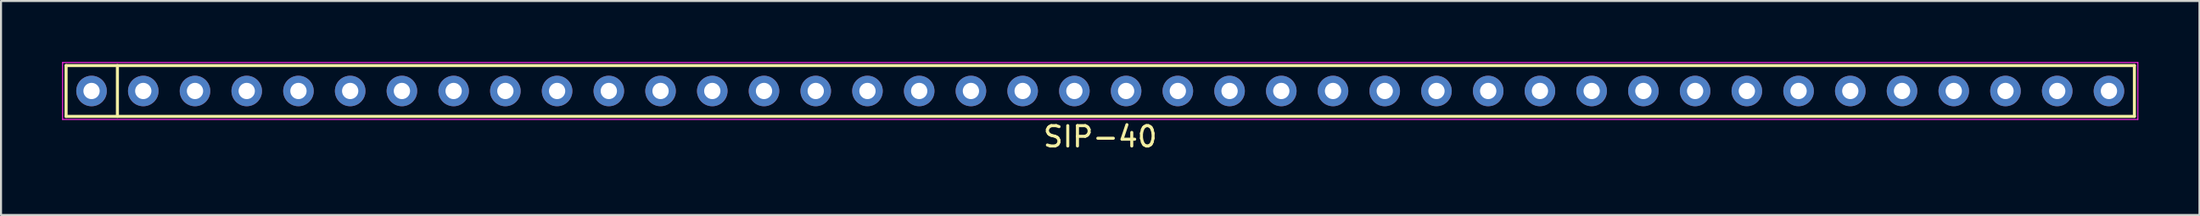
<source format=kicad_pcb>
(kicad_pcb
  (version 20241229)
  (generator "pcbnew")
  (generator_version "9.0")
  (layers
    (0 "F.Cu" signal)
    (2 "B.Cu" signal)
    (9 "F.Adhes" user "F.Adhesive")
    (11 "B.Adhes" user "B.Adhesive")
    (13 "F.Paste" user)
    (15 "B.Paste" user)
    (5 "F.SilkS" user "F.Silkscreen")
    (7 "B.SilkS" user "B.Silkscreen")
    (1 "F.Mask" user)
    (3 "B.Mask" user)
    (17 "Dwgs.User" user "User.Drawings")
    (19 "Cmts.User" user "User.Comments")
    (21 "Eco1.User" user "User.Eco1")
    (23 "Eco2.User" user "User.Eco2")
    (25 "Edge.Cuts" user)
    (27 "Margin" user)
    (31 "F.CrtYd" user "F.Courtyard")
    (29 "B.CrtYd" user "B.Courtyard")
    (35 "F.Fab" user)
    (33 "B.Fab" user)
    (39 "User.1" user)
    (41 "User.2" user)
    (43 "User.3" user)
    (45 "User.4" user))
  (footprint "SIP-40"
    (layer "F.Cu")
    (at 50.975 1.425)
    (property "Reference" "SIP-40" (at 0 2.25 0) (layer "F.SilkS") (effects (font (size 1 1) (thickness 0.15))))
    (attr through_hole)
    (fp_line (start -50.78 -1.25) (end 50.78 -1.25) (stroke (width 0.15) (type solid)) (layer "F.SilkS"))
    (fp_line (start -50.78 1.25) (end -50.78 -1.25) (stroke (width 0.15) (type solid)) (layer "F.SilkS"))
    (fp_line (start -48.26 -1.25) (end -48.26 1.25) (stroke (width 0.15) (type solid)) (layer "F.SilkS"))
    (fp_line (start 50.78 -1.25) (end 50.78 1.25) (stroke (width 0.15) (type solid)) (layer "F.SilkS"))
    (fp_line (start 50.78 1.25) (end -50.78 1.25) (stroke (width 0.15) (type solid)) (layer "F.SilkS"))
    (fp_line (start -50.95 -1.4) (end 50.95 -1.4) (stroke (width 0.05) (type solid)) (layer "F.CrtYd"))
    (fp_line (start -50.95 1.4) (end -50.95 -1.4) (stroke (width 0.05) (type solid)) (layer "F.CrtYd"))
    (fp_line (start 50.95 -1.4) (end 50.95 1.4) (stroke (width 0.05) (type solid)) (layer "F.CrtYd"))
    (fp_line (start 50.95 1.4) (end -50.95 1.4) (stroke (width 0.05) (type solid)) (layer "F.CrtYd"))
    (pad "1" thru_hole circle (at -49.53 0) (size 1.5 1.5) (drill 0.8) (layers "*.Cu" "*.Mask"))
    (pad "2" thru_hole circle (at -46.99 0) (size 1.5 1.5) (drill 0.8) (layers "*.Cu" "*.Mask"))
    (pad "3" thru_hole circle (at -44.45 0) (size 1.5 1.5) (drill 0.8) (layers "*.Cu" "*.Mask"))
    (pad "4" thru_hole circle (at -41.91 0) (size 1.5 1.5) (drill 0.8) (layers "*.Cu" "*.Mask"))
    (pad "5" thru_hole circle (at -39.37 0) (size 1.5 1.5) (drill 0.8) (layers "*.Cu" "*.Mask"))
    (pad "6" thru_hole circle (at -36.83 0) (size 1.5 1.5) (drill 0.8) (layers "*.Cu" "*.Mask"))
    (pad "7" thru_hole circle (at -34.29 0) (size 1.5 1.5) (drill 0.8) (layers "*.Cu" "*.Mask"))
    (pad "8" thru_hole circle (at -31.75 0) (size 1.5 1.5) (drill 0.8) (layers "*.Cu" "*.Mask"))
    (pad "9" thru_hole circle (at -29.21 0) (size 1.5 1.5) (drill 0.8) (layers "*.Cu" "*.Mask"))
    (pad "10" thru_hole circle (at -26.67 0) (size 1.5 1.5) (drill 0.8) (layers "*.Cu" "*.Mask"))
    (pad "11" thru_hole circle (at -24.13 0) (size 1.5 1.5) (drill 0.8) (layers "*.Cu" "*.Mask"))
    (pad "12" thru_hole circle (at -21.59 0) (size 1.5 1.5) (drill 0.8) (layers "*.Cu" "*.Mask"))
    (pad "13" thru_hole circle (at -19.05 0) (size 1.5 1.5) (drill 0.8) (layers "*.Cu" "*.Mask"))
    (pad "14" thru_hole circle (at -16.51 0) (size 1.5 1.5) (drill 0.8) (layers "*.Cu" "*.Mask"))
    (pad "15" thru_hole circle (at -13.97 0) (size 1.5 1.5) (drill 0.8) (layers "*.Cu" "*.Mask"))
    (pad "16" thru_hole circle (at -11.43 0) (size 1.5 1.5) (drill 0.8) (layers "*.Cu" "*.Mask"))
    (pad "17" thru_hole circle (at -8.89 0) (size 1.5 1.5) (drill 0.8) (layers "*.Cu" "*.Mask"))
    (pad "18" thru_hole circle (at -6.35 0) (size 1.5 1.5) (drill 0.8) (layers "*.Cu" "*.Mask"))
    (pad "19" thru_hole circle (at -3.81 0) (size 1.5 1.5) (drill 0.8) (layers "*.Cu" "*.Mask"))
    (pad "20" thru_hole circle (at -1.27 0) (size 1.5 1.5) (drill 0.8) (layers "*.Cu" "*.Mask"))
    (pad "21" thru_hole circle (at 1.27 0) (size 1.5 1.5) (drill 0.8) (layers "*.Cu" "*.Mask"))
    (pad "22" thru_hole circle (at 3.81 0) (size 1.5 1.5) (drill 0.8) (layers "*.Cu" "*.Mask"))
    (pad "23" thru_hole circle (at 6.35 0) (size 1.5 1.5) (drill 0.8) (layers "*.Cu" "*.Mask"))
    (pad "24" thru_hole circle (at 8.89 0) (size 1.5 1.5) (drill 0.8) (layers "*.Cu" "*.Mask"))
    (pad "25" thru_hole circle (at 11.43 0) (size 1.5 1.5) (drill 0.8) (layers "*.Cu" "*.Mask"))
    (pad "26" thru_hole circle (at 13.97 0) (size 1.5 1.5) (drill 0.8) (layers "*.Cu" "*.Mask"))
    (pad "27" thru_hole circle (at 16.51 0) (size 1.5 1.5) (drill 0.8) (layers "*.Cu" "*.Mask"))
    (pad "28" thru_hole circle (at 19.05 0) (size 1.5 1.5) (drill 0.8) (layers "*.Cu" "*.Mask"))
    (pad "29" thru_hole circle (at 21.59 0) (size 1.5 1.5) (drill 0.8) (layers "*.Cu" "*.Mask"))
    (pad "30" thru_hole circle (at 24.13 0) (size 1.5 1.5) (drill 0.8) (layers "*.Cu" "*.Mask"))
    (pad "31" thru_hole circle (at 26.67 0) (size 1.5 1.5) (drill 0.8) (layers "*.Cu" "*.Mask"))
    (pad "32" thru_hole circle (at 29.21 0) (size 1.5 1.5) (drill 0.8) (layers "*.Cu" "*.Mask"))
    (pad "33" thru_hole circle (at 31.75 0) (size 1.5 1.5) (drill 0.8) (layers "*.Cu" "*.Mask"))
    (pad "34" thru_hole circle (at 34.29 0) (size 1.5 1.5) (drill 0.8) (layers "*.Cu" "*.Mask"))
    (pad "35" thru_hole circle (at 36.83 0) (size 1.5 1.5) (drill 0.8) (layers "*.Cu" "*.Mask"))
    (pad "36" thru_hole circle (at 39.37 0) (size 1.5 1.5) (drill 0.8) (layers "*.Cu" "*.Mask"))
    (pad "37" thru_hole circle (at 41.91 0) (size 1.5 1.5) (drill 0.8) (layers "*.Cu" "*.Mask"))
    (pad "38" thru_hole circle (at 44.45 0) (size 1.5 1.5) (drill 0.8) (layers "*.Cu" "*.Mask"))
    (pad "39" thru_hole circle (at 46.99 0) (size 1.5 1.5) (drill 0.8) (layers "*.Cu" "*.Mask"))
    (pad "40" thru_hole circle (at 49.53 0) (size 1.5 1.5) (drill 0.8) (layers "*.Cu" "*.Mask")))
  (gr_rect
    (start -3 -3)
    (end 104.95 7.523)
    (stroke (width 0.1) (type default))
    (fill no)
    (layer "Edge.Cuts")))
</source>
